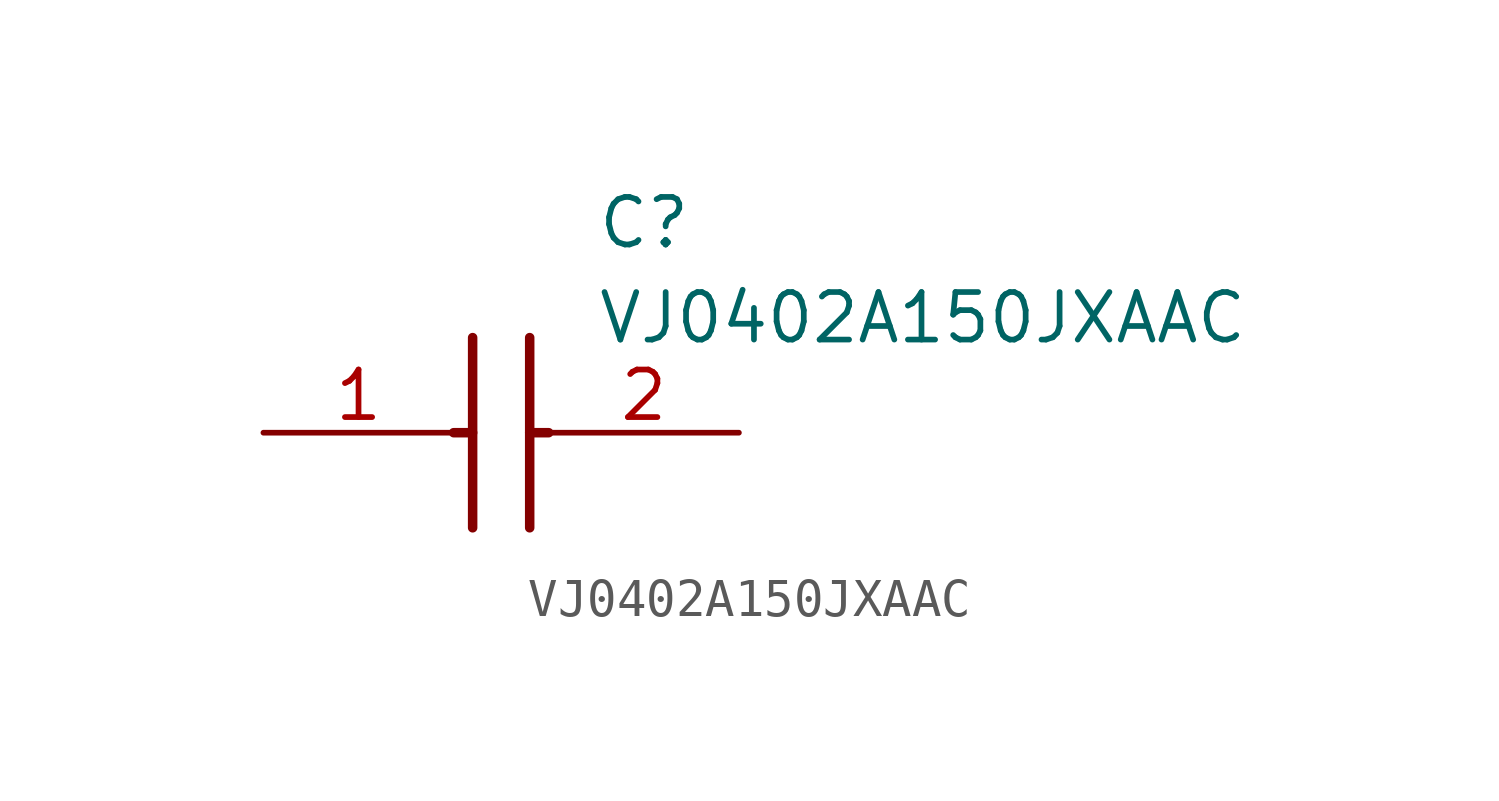
<source format=kicad_sym>
(kicad_symbol_lib
  (version 20211014)
  (generator SamacSys_ECAD_Model)
  (symbol "VJ0402A150JXAAC"
    (pin_names hide)
    (property "Reference" "C"
      (at 8.89 6.35 0)
      (effects (font (size 1.27 1.27)) (justify left top)))
    (property "Value" "VJ0402A150JXAAC"
      (at 8.89 3.81 0)
      (effects (font (size 1.27 1.27)) (justify left top)))
    (polyline
      (pts (xy 5.588 2.54) (xy 5.588 -2.54))
      (stroke (width 0.254) (type default))
      (fill (type none)))
    (polyline
      (pts (xy 7.112 2.54) (xy 7.112 -2.54))
      (stroke (width 0.254) (type default))
      (fill (type none)))
    (polyline
      (pts (xy 5.08 0) (xy 5.588 0))
      (stroke (width 0.254) (type default))
      (fill (type none)))
    (polyline
      (pts (xy 7.112 0) (xy 7.62 0))
      (stroke (width 0.254) (type default))
      (fill (type none)))
    (pin passive line
      (at 0 0 0)
      (length 5.08)
      (name "1" (effects (font (size 1.27 1.27))))
      (number "1" (effects (font (size 1.27 1.27)))))
    (pin passive line
      (at 12.7 0 180)
      (length 5.08)
      (name "2" (effects (font (size 1.27 1.27))))
      (number "2" (effects (font (size 1.27 1.27)))))))
</source>
